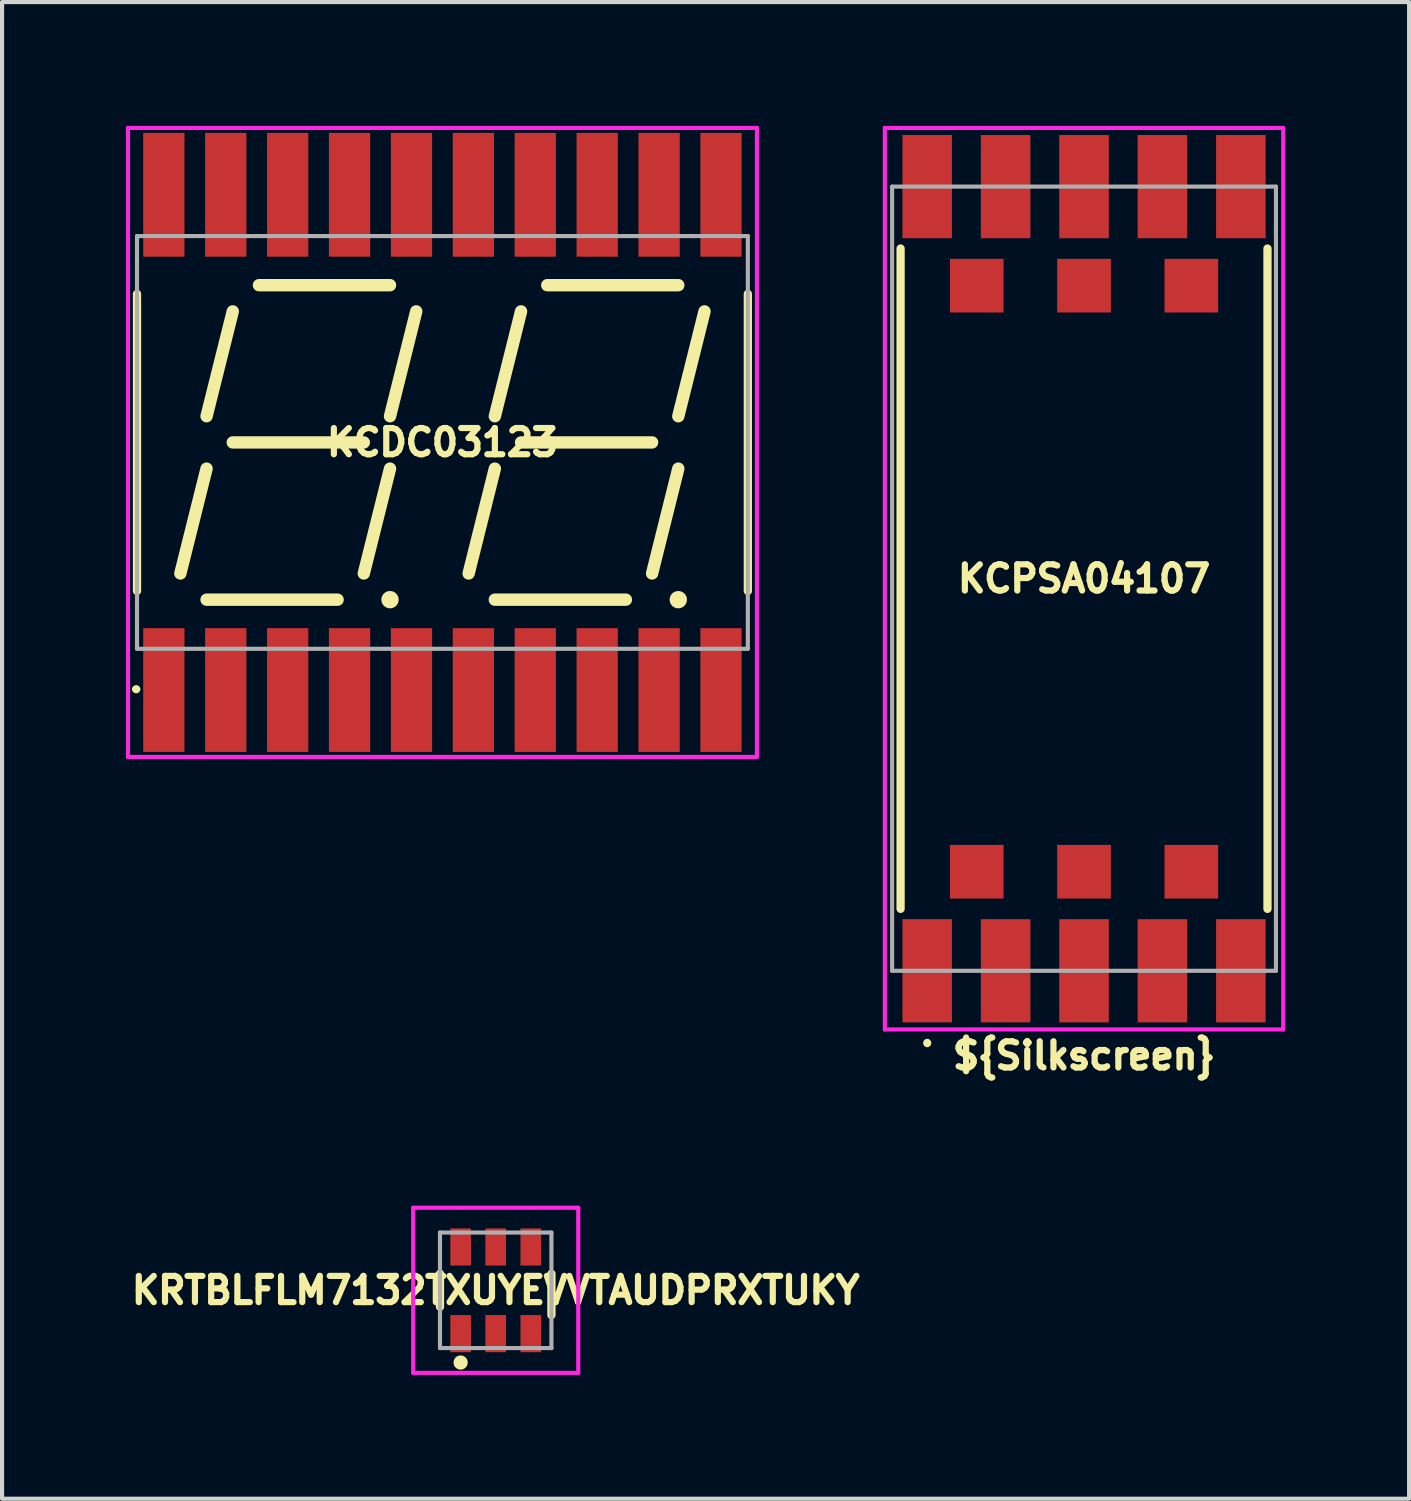
<source format=kicad_pcb>
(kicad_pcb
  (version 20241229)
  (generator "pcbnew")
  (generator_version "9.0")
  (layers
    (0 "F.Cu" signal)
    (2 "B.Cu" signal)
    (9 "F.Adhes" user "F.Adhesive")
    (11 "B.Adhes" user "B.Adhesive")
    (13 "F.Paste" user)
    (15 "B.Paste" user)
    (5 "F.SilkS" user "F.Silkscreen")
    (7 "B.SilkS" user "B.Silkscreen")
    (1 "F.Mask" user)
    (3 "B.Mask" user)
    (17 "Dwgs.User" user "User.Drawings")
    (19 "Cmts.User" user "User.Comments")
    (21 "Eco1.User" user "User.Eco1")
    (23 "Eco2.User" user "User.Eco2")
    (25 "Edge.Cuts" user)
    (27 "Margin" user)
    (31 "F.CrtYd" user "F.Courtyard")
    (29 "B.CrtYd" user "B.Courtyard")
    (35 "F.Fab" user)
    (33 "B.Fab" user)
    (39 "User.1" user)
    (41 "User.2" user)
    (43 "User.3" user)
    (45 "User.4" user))
  (footprint "KCDC03123"
    (layer "F.Cu")
    (at 7.67 7.67)
    (property "Reference" "KCDC03123" (at 0 0 0) (layer "F.SilkS") (effects (font (size 0.635 0.635) (thickness 0.15))))
    (attr smd)
    (fp_line (start -7.4 -3.6) (end -7.4 3.6) (stroke (width 0.2) (type solid)) (layer "F.SilkS"))
    (fp_line (start -6.35 3.175) (end -5.715 0.635) (stroke (width 0.3) (type solid)) (layer "F.SilkS"))
    (fp_line (start -5.715 -0.635) (end -5.08 -3.175) (stroke (width 0.3) (type solid)) (layer "F.SilkS"))
    (fp_line (start -5.08 0) (end -1.905 0) (stroke (width 0.3) (type solid)) (layer "F.SilkS"))
    (fp_line (start -2.54 3.81) (end -5.715 3.81) (stroke (width 0.3) (type solid)) (layer "F.SilkS"))
    (fp_line (start -1.905 3.175) (end -1.27 0.635) (stroke (width 0.3) (type solid)) (layer "F.SilkS"))
    (fp_line (start -1.27 -3.81) (end -4.445 -3.81) (stroke (width 0.3) (type solid)) (layer "F.SilkS"))
    (fp_line (start -0.635 -3.175) (end -1.27 -0.635) (stroke (width 0.3) (type solid)) (layer "F.SilkS"))
    (fp_line (start 0.635 3.175) (end 1.27 0.635) (stroke (width 0.3) (type solid)) (layer "F.SilkS"))
    (fp_line (start 1.27 -0.635) (end 1.905 -3.175) (stroke (width 0.3) (type solid)) (layer "F.SilkS"))
    (fp_line (start 1.905 0) (end 5.08 0) (stroke (width 0.3) (type solid)) (layer "F.SilkS"))
    (fp_line (start 4.445 3.81) (end 1.27 3.81) (stroke (width 0.3) (type solid)) (layer "F.SilkS"))
    (fp_line (start 5.08 3.175) (end 5.715 0.635) (stroke (width 0.3) (type solid)) (layer "F.SilkS"))
    (fp_line (start 5.715 -3.81) (end 2.54 -3.81) (stroke (width 0.3) (type solid)) (layer "F.SilkS"))
    (fp_line (start 6.35 -3.175) (end 5.715 -0.635) (stroke (width 0.3) (type solid)) (layer "F.SilkS"))
    (fp_line (start 7.4 -3.6) (end 7.4 3.6) (stroke (width 0.2) (type solid)) (layer "F.SilkS"))
    (fp_arc (start -7.47 5.98) (mid -7.42 5.93) (end -7.37 5.98) (stroke (width 0.1) (type solid)) (layer "F.SilkS"))
    (fp_arc (start -7.37 5.98) (mid -7.42 6.03) (end -7.47 5.98) (stroke (width 0.1) (type solid)) (layer "F.SilkS"))
    (fp_circle (center -1.27 3.81) (end -1.12 3.81) (stroke (width 0.12) (type solid)) (fill yes) (layer "F.SilkS"))
    (fp_circle (center 5.715 3.81) (end 5.865 3.81) (stroke (width 0.12) (type solid)) (fill yes) (layer "F.SilkS"))
    (fp_line (start -7.62 -7.62) (end 7.62 -7.62) (stroke (width 0.1) (type solid)) (layer "F.CrtYd"))
    (fp_line (start -7.62 7.62) (end -7.62 -7.62) (stroke (width 0.1) (type solid)) (layer "F.CrtYd"))
    (fp_line (start 7.62 -7.62) (end 7.62 7.62) (stroke (width 0.1) (type solid)) (layer "F.CrtYd"))
    (fp_line (start 7.62 7.62) (end -7.62 7.62) (stroke (width 0.1) (type solid)) (layer "F.CrtYd"))
    (fp_line (start -7.4 -5) (end 7.4 -5) (stroke (width 0.1) (type solid)) (layer "F.Fab"))
    (fp_line (start -7.4 5) (end -7.4 -5) (stroke (width 0.1) (type solid)) (layer "F.Fab"))
    (fp_line (start 7.4 -5) (end 7.4 5) (stroke (width 0.1) (type solid)) (layer "F.Fab"))
    (fp_line (start 7.4 5) (end -7.4 5) (stroke (width 0.1) (type solid)) (layer "F.Fab"))
    (pad "1" smd rect (at -6.75 6) (size 1 3) (layers "F.Cu" "F.Mask" "F.Paste"))
    (pad "2" smd rect (at -5.25 6) (size 1 3) (layers "F.Cu" "F.Mask" "F.Paste"))
    (pad "3" smd rect (at -3.75 6) (size 1 3) (layers "F.Cu" "F.Mask" "F.Paste"))
    (pad "4" smd rect (at -2.25 6) (size 1 3) (layers "F.Cu" "F.Mask" "F.Paste"))
    (pad "5" smd rect (at -0.75 6) (size 1 3) (layers "F.Cu" "F.Mask" "F.Paste"))
    (pad "6" smd rect (at 0.75 6) (size 1 3) (layers "F.Cu" "F.Mask" "F.Paste"))
    (pad "7" smd rect (at 2.25 6) (size 1 3) (layers "F.Cu" "F.Mask" "F.Paste"))
    (pad "8" smd rect (at 3.75 6) (size 1 3) (layers "F.Cu" "F.Mask" "F.Paste"))
    (pad "9" smd rect (at 5.25 6) (size 1 3) (layers "F.Cu" "F.Mask" "F.Paste"))
    (pad "10" smd rect (at 6.75 6) (size 1 3) (layers "F.Cu" "F.Mask" "F.Paste"))
    (pad "11" smd rect (at 6.75 -6) (size 1 3) (layers "F.Cu" "F.Mask" "F.Paste"))
    (pad "12" smd rect (at 5.25 -6) (size 1 3) (layers "F.Cu" "F.Mask" "F.Paste"))
    (pad "13" smd rect (at 3.75 -6) (size 1 3) (layers "F.Cu" "F.Mask" "F.Paste"))
    (pad "14" smd rect (at 2.25 -6) (size 1 3) (layers "F.Cu" "F.Mask" "F.Paste"))
    (pad "15" smd rect (at 0.75 -6) (size 1 3) (layers "F.Cu" "F.Mask" "F.Paste"))
    (pad "16" smd rect (at -0.75 -6) (size 1 3) (layers "F.Cu" "F.Mask" "F.Paste"))
    (pad "17" smd rect (at -2.25 -6) (size 1 3) (layers "F.Cu" "F.Mask" "F.Paste"))
    (pad "18" smd rect (at -3.75 -6) (size 1 3) (layers "F.Cu" "F.Mask" "F.Paste"))
    (pad "19" smd rect (at -5.25 -6) (size 1 3) (layers "F.Cu" "F.Mask" "F.Paste"))
    (pad "20" smd rect (at -6.75 -6) (size 1 3) (layers "F.Cu" "F.Mask" "F.Paste")))
  (footprint "KCPSA04107"
    (layer "F.Cu")
    (at 23.216 10.972)
    (property "Reference" "KCPSA04107" (at 0 0 0) (layer "F.SilkS") (effects (font (size 0.635 0.635) (thickness 0.15))))
    (property "Silkscreen" "${Silkscreen}" (at 0 11.557 0) (layer "F.SilkS") (effects (font (size 0.635 0.635) (thickness 0.15))))
    (attr smd)
    (fp_line (start -4.445 -8.001) (end -4.445 7.999) (stroke (width 0.2) (type solid)) (layer "F.SilkS"))
    (fp_line (start -3.8 11.2) (end -3.8 11.2) (stroke (width 0.1) (type solid)) (layer "F.SilkS"))
    (fp_line (start -3.8 11.3) (end -3.8 11.3) (stroke (width 0.1) (type solid)) (layer "F.SilkS"))
    (fp_line (start 4.445 8) (end 4.445 -8) (stroke (width 0.2) (type solid)) (layer "F.SilkS"))
    (fp_arc (start -3.8 11.2) (mid -3.75 11.25) (end -3.8 11.3) (stroke (width 0.1) (type solid)) (layer "F.SilkS"))
    (fp_arc (start -3.8 11.3) (mid -3.85 11.25) (end -3.8 11.2) (stroke (width 0.1) (type solid)) (layer "F.SilkS"))
    (fp_line (start -4.826 -10.922) (end 4.826 -10.922) (stroke (width 0.1) (type solid)) (layer "F.CrtYd"))
    (fp_line (start -4.826 10.922) (end -4.826 -10.922) (stroke (width 0.1) (type solid)) (layer "F.CrtYd"))
    (fp_line (start 4.826 -10.922) (end 4.826 10.922) (stroke (width 0.1) (type solid)) (layer "F.CrtYd"))
    (fp_line (start 4.826 10.922) (end -4.826 10.922) (stroke (width 0.1) (type solid)) (layer "F.CrtYd"))
    (fp_line (start -4.65 -9.5) (end 4.65 -9.5) (stroke (width 0.1) (type solid)) (layer "F.Fab"))
    (fp_line (start -4.65 9.5) (end -4.65 -9.5) (stroke (width 0.1) (type solid)) (layer "F.Fab"))
    (fp_line (start 4.65 -9.5) (end 4.65 9.5) (stroke (width 0.1) (type solid)) (layer "F.Fab"))
    (fp_line (start 4.65 9.5) (end -4.65 9.5) (stroke (width 0.1) (type solid)) (layer "F.Fab"))
    (pad "1" smd rect (at -3.8 9.5) (size 1.2 2.5) (layers "F.Cu" "F.Mask" "F.Paste"))
    (pad "2" smd rect (at -1.9 9.5) (size 1.2 2.5) (layers "F.Cu" "F.Mask" "F.Paste"))
    (pad "3" smd rect (at 0 9.5) (size 1.2 2.5) (layers "F.Cu" "F.Mask" "F.Paste"))
    (pad "4" smd rect (at 1.9 9.5) (size 1.2 2.5) (layers "F.Cu" "F.Mask" "F.Paste"))
    (pad "5" smd rect (at 3.8 9.5) (size 1.2 2.5) (layers "F.Cu" "F.Mask" "F.Paste"))
    (pad "6" smd rect (at 2.6 7.1) (size 1.3 1.3) (layers "F.Cu" "F.Mask" "F.Paste"))
    (pad "7" smd rect (at 0 7.1) (size 1.3 1.3) (layers "F.Cu" "F.Mask" "F.Paste"))
    (pad "8" smd rect (at -2.6 7.1) (size 1.3 1.3) (layers "F.Cu" "F.Mask" "F.Paste"))
    (pad "9" smd rect (at -2.6 -7.1) (size 1.3 1.3) (layers "F.Cu" "F.Mask" "F.Paste"))
    (pad "10" smd rect (at 0 -7.1) (size 1.3 1.3) (layers "F.Cu" "F.Mask" "F.Paste"))
    (pad "11" smd rect (at 2.6 -7.1) (size 1.3 1.3) (layers "F.Cu" "F.Mask" "F.Paste"))
    (pad "12" smd rect (at 3.8 -9.5) (size 1.2 2.5) (layers "F.Cu" "F.Mask" "F.Paste"))
    (pad "13" smd rect (at 1.9 -9.5) (size 1.2 2.5) (layers "F.Cu" "F.Mask" "F.Paste"))
    (pad "14" smd rect (at 0 -9.5) (size 1.2 2.5) (layers "F.Cu" "F.Mask" "F.Paste"))
    (pad "15" smd rect (at -1.9 -9.5) (size 1.2 2.5) (layers "F.Cu" "F.Mask" "F.Paste"))
    (pad "16" smd rect (at -3.8 -9.5) (size 1.2 2.5) (layers "F.Cu" "F.Mask" "F.Paste")))
  (footprint "KRTBLFLM7132TXUYEVVTAUDPRXTUKY"
    (layer "F.Cu")
    (at 8.961 28.214)
    (property "Reference" "KRTBLFLM7132TXUYEVVTAUDPRXTUKY" (at 0 0 0) (layer "F.SilkS") (effects (font (size 0.635 0.635) (thickness 0.15))))
    (attr smd)
    (fp_line (start -1.35 -0.4) (end -1.35 0.4) (stroke (width 0.2) (type solid)) (layer "F.SilkS"))
    (fp_line (start 1.35 0.6) (end 1.35 -0.4) (stroke (width 0.2) (type solid)) (layer "F.SilkS"))
    (fp_circle (center -0.85 1.75) (end -0.738 1.75) (stroke (width 0.12) (type solid)) (fill yes) (layer "F.SilkS"))
    (fp_line (start -2 -2) (end 2 -2) (stroke (width 0.1) (type solid)) (layer "F.CrtYd"))
    (fp_line (start -2 2) (end -2 -2) (stroke (width 0.1) (type solid)) (layer "F.CrtYd"))
    (fp_line (start 2 -2) (end 2 2) (stroke (width 0.1) (type solid)) (layer "F.CrtYd"))
    (fp_line (start 2 2) (end -2 2) (stroke (width 0.1) (type solid)) (layer "F.CrtYd"))
    (fp_line (start -1.35 -1.4) (end -1.35 1.4) (stroke (width 0.1) (type solid)) (layer "F.Fab"))
    (fp_line (start -1.35 1.4) (end 1.35 1.4) (stroke (width 0.1) (type solid)) (layer "F.Fab"))
    (fp_line (start 1.35 -1.4) (end -1.35 -1.4) (stroke (width 0.1) (type solid)) (layer "F.Fab"))
    (fp_line (start 1.35 1.4) (end 1.35 -1.4) (stroke (width 0.1) (type solid)) (layer "F.Fab"))
    (pad "A1" smd rect (at -0.85 -1.05) (size 0.5 0.9) (layers "F.Cu" "F.Mask" "F.Paste"))
    (pad "A2" smd rect (at 0 -1.05) (size 0.5 0.9) (layers "F.Cu" "F.Mask" "F.Paste"))
    (pad "A3" smd rect (at 0.85 -1.05) (size 0.5 0.9) (layers "F.Cu" "F.Mask" "F.Paste"))
    (pad "C1" smd rect (at -0.85 1.05) (size 0.5 0.9) (layers "F.Cu" "F.Mask" "F.Paste"))
    (pad "C2" smd rect (at 0 1.05) (size 0.5 0.9) (layers "F.Cu" "F.Mask" "F.Paste"))
    (pad "C3" smd rect (at 0.85 1.05) (size 0.5 0.9) (layers "F.Cu" "F.Mask" "F.Paste")))
  (gr_rect
    (start -3 -3)
    (end 31.092 33.264)
    (stroke (width 0.1) (type default))
    (fill no)
    (layer "Edge.Cuts")))
</source>
